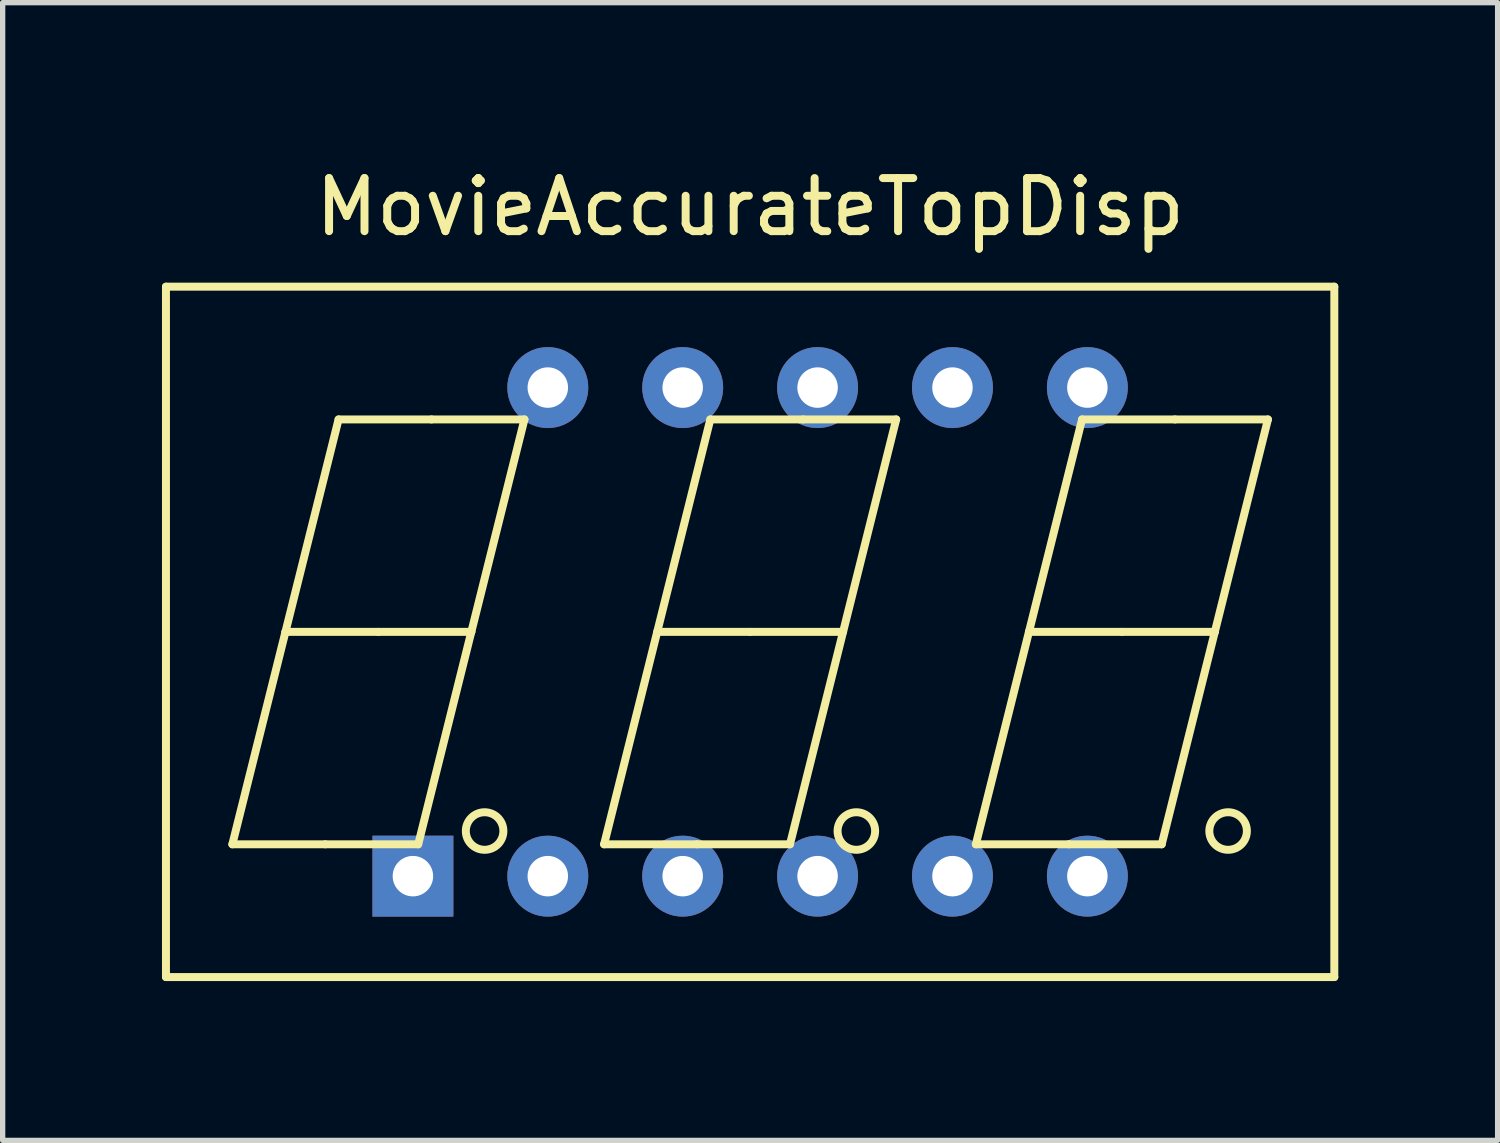
<source format=kicad_pcb>
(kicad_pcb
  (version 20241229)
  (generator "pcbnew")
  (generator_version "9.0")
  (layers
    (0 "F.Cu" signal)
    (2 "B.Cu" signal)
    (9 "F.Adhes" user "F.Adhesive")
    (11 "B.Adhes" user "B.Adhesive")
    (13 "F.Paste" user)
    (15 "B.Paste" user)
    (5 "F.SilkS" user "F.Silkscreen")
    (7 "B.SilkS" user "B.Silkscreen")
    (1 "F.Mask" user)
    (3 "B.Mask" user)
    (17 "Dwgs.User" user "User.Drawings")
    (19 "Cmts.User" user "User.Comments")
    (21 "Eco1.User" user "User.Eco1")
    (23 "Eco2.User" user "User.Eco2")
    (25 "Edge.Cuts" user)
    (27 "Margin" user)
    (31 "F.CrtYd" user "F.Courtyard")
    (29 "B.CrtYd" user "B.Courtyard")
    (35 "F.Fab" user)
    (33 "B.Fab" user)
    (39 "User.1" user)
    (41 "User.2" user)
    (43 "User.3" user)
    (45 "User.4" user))
  (footprint "MovieAccurateTopDisp"
    (layer "F.Cu")
    (at 11.075 8.848)
    (property "Reference" "MovieAccurateTopDisp" (at 0 -8 0) (layer "F.SilkS") (effects (font (size 1 1) (thickness 0.15))))
    (attr through_hole)
    (fp_line (start -11 -6.5) (end 11 -6.5) (stroke (width 0.15) (type solid)) (layer "F.SilkS"))
    (fp_line (start -11 6.5) (end -11 -6.5) (stroke (width 0.15) (type solid)) (layer "F.SilkS"))
    (fp_line (start -8.75 0) (end -9.75 4) (stroke (width 0.15) (type solid)) (layer "F.SilkS"))
    (fp_line (start -8.75 0) (end -7.75 -4) (stroke (width 0.15) (type solid)) (layer "F.SilkS"))
    (fp_line (start -8 4) (end -9.75 4) (stroke (width 0.15) (type solid)) (layer "F.SilkS"))
    (fp_line (start -7 0) (end -8.75 0) (stroke (width 0.15) (type solid)) (layer "F.SilkS"))
    (fp_line (start -6.25 4) (end -8 4) (stroke (width 0.15) (type solid)) (layer "F.SilkS"))
    (fp_line (start -6 -4) (end -7.75 -4) (stroke (width 0.15) (type solid)) (layer "F.SilkS"))
    (fp_line (start -5.25 0) (end -7 0) (stroke (width 0.15) (type solid)) (layer "F.SilkS"))
    (fp_line (start -5.25 0) (end -6.25 4) (stroke (width 0.15) (type solid)) (layer "F.SilkS"))
    (fp_line (start -5.25 0) (end -4.25 -4) (stroke (width 0.15) (type solid)) (layer "F.SilkS"))
    (fp_line (start -4.25 -4) (end -6 -4) (stroke (width 0.15) (type solid)) (layer "F.SilkS"))
    (fp_line (start -1 4) (end -2.75 4) (stroke (width 0.15) (type solid)) (layer "F.SilkS"))
    (fp_line (start -1 4) (end 0.75 4) (stroke (width 0.15) (type solid)) (layer "F.SilkS"))
    (fp_line (start -0.75 -4) (end -2.75 4) (stroke (width 0.15) (type solid)) (layer "F.SilkS"))
    (fp_line (start 0 0) (end -1.75 0) (stroke (width 0.15) (type solid)) (layer "F.SilkS"))
    (fp_line (start 0 0) (end 1.75 0) (stroke (width 0.15) (type solid)) (layer "F.SilkS"))
    (fp_line (start 1 -4) (end -0.75 -4) (stroke (width 0.15) (type solid)) (layer "F.SilkS"))
    (fp_line (start 1 -4) (end 2.75 -4) (stroke (width 0.15) (type solid)) (layer "F.SilkS"))
    (fp_line (start 2.75 -4) (end 0.75 4) (stroke (width 0.15) (type solid)) (layer "F.SilkS"))
    (fp_line (start 5.25 0) (end 4.25 4) (stroke (width 0.15) (type solid)) (layer "F.SilkS"))
    (fp_line (start 5.25 0) (end 6.25 -4) (stroke (width 0.15) (type solid)) (layer "F.SilkS"))
    (fp_line (start 6 4) (end 4.25 4) (stroke (width 0.15) (type solid)) (layer "F.SilkS"))
    (fp_line (start 7 0) (end 5.25 0) (stroke (width 0.15) (type solid)) (layer "F.SilkS"))
    (fp_line (start 7.75 4) (end 6 4) (stroke (width 0.15) (type solid)) (layer "F.SilkS"))
    (fp_line (start 7.75 4) (end 8.75 0) (stroke (width 0.15) (type solid)) (layer "F.SilkS"))
    (fp_line (start 8 -4) (end 6.25 -4) (stroke (width 0.15) (type solid)) (layer "F.SilkS"))
    (fp_line (start 8.75 0) (end 7 0) (stroke (width 0.15) (type solid)) (layer "F.SilkS"))
    (fp_line (start 8.75 0) (end 9.75 -4) (stroke (width 0.15) (type solid)) (layer "F.SilkS"))
    (fp_line (start 9.75 -4) (end 8 -4) (stroke (width 0.15) (type solid)) (layer "F.SilkS"))
    (fp_line (start 11 -6.5) (end 11 6.5) (stroke (width 0.15) (type solid)) (layer "F.SilkS"))
    (fp_line (start 11 6.5) (end -11 6.5) (stroke (width 0.15) (type solid)) (layer "F.SilkS"))
    (fp_circle (center -5 3.75) (end -4.75 4) (stroke (width 0.15) (type solid)) (fill no) (layer "F.SilkS"))
    (fp_circle (center 2 3.75) (end 2.25 4) (stroke (width 0.15) (type solid)) (fill no) (layer "F.SilkS"))
    (fp_circle (center 9 3.75) (end 9.25 4) (stroke (width 0.15) (type solid)) (fill no) (layer "F.SilkS"))
    (pad "1" thru_hole rect (at -6.35 4.6) (size 1.524 1.524) (drill 0.762) (layers "*.Cu" "*.Mask"))
    (pad "2" thru_hole circle (at -3.81 4.6) (size 1.524 1.524) (drill 0.762) (layers "*.Cu" "*.Mask"))
    (pad "3" thru_hole circle (at -1.27 4.6) (size 1.524 1.524) (drill 0.762) (layers "*.Cu" "*.Mask"))
    (pad "4" thru_hole circle (at 1.27 4.6) (size 1.524 1.524) (drill 0.762) (layers "*.Cu" "*.Mask"))
    (pad "5" thru_hole circle (at 3.81 4.6) (size 1.524 1.524) (drill 0.762) (layers "*.Cu" "*.Mask"))
    (pad "6" thru_hole circle (at 6.35 4.6) (size 1.524 1.524) (drill 0.762) (layers "*.Cu" "*.Mask"))
    (pad "7" thru_hole circle (at 6.35 -4.6) (size 1.524 1.524) (drill 0.762) (layers "*.Cu" "*.Mask"))
    (pad "8" thru_hole circle (at 3.81 -4.6) (size 1.524 1.524) (drill 0.762) (layers "*.Cu" "*.Mask"))
    (pad "9" thru_hole circle (at 1.27 -4.6) (size 1.524 1.524) (drill 0.762) (layers "*.Cu" "*.Mask"))
    (pad "10" thru_hole circle (at -1.27 -4.6) (size 1.524 1.524) (drill 0.762) (layers "*.Cu" "*.Mask"))
    (pad "11" thru_hole circle (at -3.81 -4.6) (size 1.524 1.524) (drill 0.762) (layers "*.Cu" "*.Mask")))
  (gr_rect
    (start -3 -3)
    (end 25.15 18.423)
    (stroke (width 0.1) (type default))
    (fill no)
    (layer "Edge.Cuts")))
</source>
